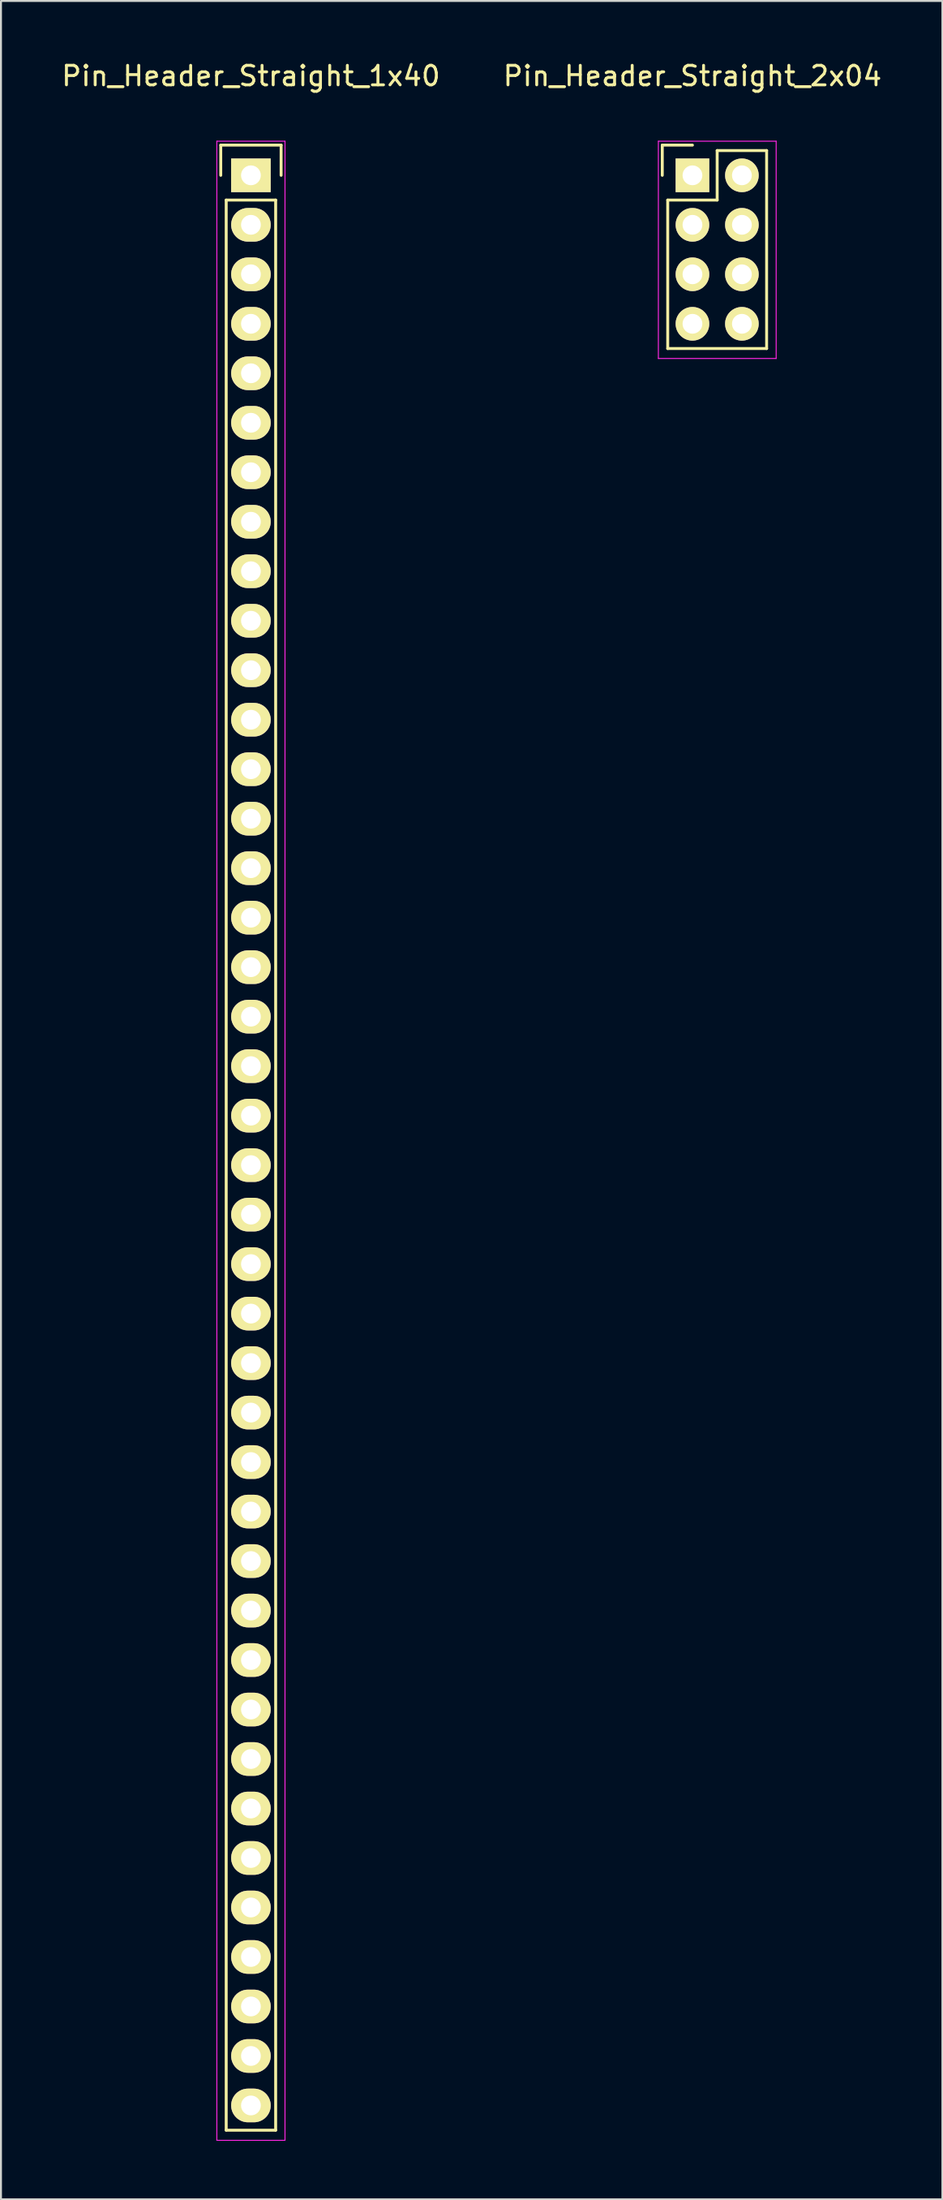
<source format=kicad_pcb>
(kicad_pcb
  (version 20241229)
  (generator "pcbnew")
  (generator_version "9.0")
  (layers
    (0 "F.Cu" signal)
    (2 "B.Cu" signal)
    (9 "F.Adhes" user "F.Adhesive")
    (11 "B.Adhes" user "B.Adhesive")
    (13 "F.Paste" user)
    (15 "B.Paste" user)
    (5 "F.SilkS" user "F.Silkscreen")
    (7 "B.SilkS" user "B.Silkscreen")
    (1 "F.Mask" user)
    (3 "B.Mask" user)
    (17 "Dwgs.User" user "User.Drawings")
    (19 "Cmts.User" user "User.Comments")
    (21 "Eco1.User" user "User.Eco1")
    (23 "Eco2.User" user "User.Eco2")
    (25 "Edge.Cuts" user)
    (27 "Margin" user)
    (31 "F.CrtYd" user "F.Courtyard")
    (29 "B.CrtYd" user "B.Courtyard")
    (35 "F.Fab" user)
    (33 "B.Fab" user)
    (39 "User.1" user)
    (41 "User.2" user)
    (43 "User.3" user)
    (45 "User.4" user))
  (footprint "Pin_Header_Straight_2x04"
    (layer "F.Cu")
    (at 32.518 5.948)
    (property "Reference" "Pin_Header_Straight_2x04" (at 0 -5.1 0) (layer "F.SilkS") (effects (font (size 1 1) (thickness 0.15))))
    (attr through_hole)
    (fp_line (start -1.55 -1.55) (end -1.55 0) (stroke (width 0.15) (type solid)) (layer "F.SilkS"))
    (fp_line (start -1.27 1.27) (end -1.27 8.89) (stroke (width 0.15) (type solid)) (layer "F.SilkS"))
    (fp_line (start -1.27 8.89) (end 3.81 8.89) (stroke (width 0.15) (type solid)) (layer "F.SilkS"))
    (fp_line (start 0 -1.55) (end -1.55 -1.55) (stroke (width 0.15) (type solid)) (layer "F.SilkS"))
    (fp_line (start 1.27 -1.27) (end 1.27 1.27) (stroke (width 0.15) (type solid)) (layer "F.SilkS"))
    (fp_line (start 1.27 1.27) (end -1.27 1.27) (stroke (width 0.15) (type solid)) (layer "F.SilkS"))
    (fp_line (start 3.81 -1.27) (end 1.27 -1.27) (stroke (width 0.15) (type solid)) (layer "F.SilkS"))
    (fp_line (start 3.81 8.89) (end 3.81 -1.27) (stroke (width 0.15) (type solid)) (layer "F.SilkS"))
    (fp_line (start -1.75 -1.75) (end -1.75 9.4) (stroke (width 0.05) (type solid)) (layer "F.CrtYd"))
    (fp_line (start -1.75 -1.75) (end 4.3 -1.75) (stroke (width 0.05) (type solid)) (layer "F.CrtYd"))
    (fp_line (start -1.75 9.4) (end 4.3 9.4) (stroke (width 0.05) (type solid)) (layer "F.CrtYd"))
    (fp_line (start 4.3 -1.75) (end 4.3 9.4) (stroke (width 0.05) (type solid)) (layer "F.CrtYd"))
    (pad "1" thru_hole rect (at 0 0) (size 1.727 1.727) (drill 1.016) (layers "*.Cu" "*.Mask" "F.SilkS"))
    (pad "2" thru_hole oval (at 2.54 0) (size 1.727 1.727) (drill 1.016) (layers "*.Cu" "*.Mask" "F.SilkS"))
    (pad "3" thru_hole oval (at 0 2.54) (size 1.727 1.727) (drill 1.016) (layers "*.Cu" "*.Mask" "F.SilkS"))
    (pad "4" thru_hole oval (at 2.54 2.54) (size 1.727 1.727) (drill 1.016) (layers "*.Cu" "*.Mask" "F.SilkS"))
    (pad "5" thru_hole oval (at 0 5.08) (size 1.727 1.727) (drill 1.016) (layers "*.Cu" "*.Mask" "F.SilkS"))
    (pad "6" thru_hole oval (at 2.54 5.08) (size 1.727 1.727) (drill 1.016) (layers "*.Cu" "*.Mask" "F.SilkS"))
    (pad "7" thru_hole oval (at 0 7.62) (size 1.727 1.727) (drill 1.016) (layers "*.Cu" "*.Mask" "F.SilkS"))
    (pad "8" thru_hole oval (at 2.54 7.62) (size 1.727 1.727) (drill 1.016) (layers "*.Cu" "*.Mask" "F.SilkS")))
  (footprint "Pin_Header_Straight_1x40"
    (layer "F.Cu")
    (at 9.839 5.948)
    (property "Reference" "Pin_Header_Straight_1x40" (at 0 -5.1 0) (layer "F.SilkS") (effects (font (size 1 1) (thickness 0.15))))
    (attr through_hole)
    (fp_line (start -1.55 -1.55) (end 1.55 -1.55) (stroke (width 0.15) (type solid)) (layer "F.SilkS"))
    (fp_line (start -1.55 0) (end -1.55 -1.55) (stroke (width 0.15) (type solid)) (layer "F.SilkS"))
    (fp_line (start -1.27 1.27) (end -1.27 100.33) (stroke (width 0.15) (type solid)) (layer "F.SilkS"))
    (fp_line (start -1.27 100.33) (end 1.27 100.33) (stroke (width 0.15) (type solid)) (layer "F.SilkS"))
    (fp_line (start 1.27 1.27) (end -1.27 1.27) (stroke (width 0.15) (type solid)) (layer "F.SilkS"))
    (fp_line (start 1.27 100.33) (end 1.27 1.27) (stroke (width 0.15) (type solid)) (layer "F.SilkS"))
    (fp_line (start 1.55 -1.55) (end 1.55 0) (stroke (width 0.15) (type solid)) (layer "F.SilkS"))
    (fp_line (start -1.75 -1.75) (end -1.75 100.85) (stroke (width 0.05) (type solid)) (layer "F.CrtYd"))
    (fp_line (start -1.75 -1.75) (end 1.75 -1.75) (stroke (width 0.05) (type solid)) (layer "F.CrtYd"))
    (fp_line (start -1.75 100.85) (end 1.75 100.85) (stroke (width 0.05) (type solid)) (layer "F.CrtYd"))
    (fp_line (start 1.75 -1.75) (end 1.75 100.85) (stroke (width 0.05) (type solid)) (layer "F.CrtYd"))
    (pad "1" thru_hole rect (at 0 0) (size 2.032 1.727) (drill 1.016) (layers "*.Cu" "*.Mask" "F.SilkS"))
    (pad "2" thru_hole oval (at 0 2.54) (size 2.032 1.727) (drill 1.016) (layers "*.Cu" "*.Mask" "F.SilkS"))
    (pad "3" thru_hole oval (at 0 5.08) (size 2.032 1.727) (drill 1.016) (layers "*.Cu" "*.Mask" "F.SilkS"))
    (pad "4" thru_hole oval (at 0 7.62) (size 2.032 1.727) (drill 1.016) (layers "*.Cu" "*.Mask" "F.SilkS"))
    (pad "5" thru_hole oval (at 0 10.16) (size 2.032 1.727) (drill 1.016) (layers "*.Cu" "*.Mask" "F.SilkS"))
    (pad "6" thru_hole oval (at 0 12.7) (size 2.032 1.727) (drill 1.016) (layers "*.Cu" "*.Mask" "F.SilkS"))
    (pad "7" thru_hole oval (at 0 15.24) (size 2.032 1.727) (drill 1.016) (layers "*.Cu" "*.Mask" "F.SilkS"))
    (pad "8" thru_hole oval (at 0 17.78) (size 2.032 1.727) (drill 1.016) (layers "*.Cu" "*.Mask" "F.SilkS"))
    (pad "9" thru_hole oval (at 0 20.32) (size 2.032 1.727) (drill 1.016) (layers "*.Cu" "*.Mask" "F.SilkS"))
    (pad "10" thru_hole oval (at 0 22.86) (size 2.032 1.727) (drill 1.016) (layers "*.Cu" "*.Mask" "F.SilkS"))
    (pad "11" thru_hole oval (at 0 25.4) (size 2.032 1.727) (drill 1.016) (layers "*.Cu" "*.Mask" "F.SilkS"))
    (pad "12" thru_hole oval (at 0 27.94) (size 2.032 1.727) (drill 1.016) (layers "*.Cu" "*.Mask" "F.SilkS"))
    (pad "13" thru_hole oval (at 0 30.48) (size 2.032 1.727) (drill 1.016) (layers "*.Cu" "*.Mask" "F.SilkS"))
    (pad "14" thru_hole oval (at 0 33.02) (size 2.032 1.727) (drill 1.016) (layers "*.Cu" "*.Mask" "F.SilkS"))
    (pad "15" thru_hole oval (at 0 35.56) (size 2.032 1.727) (drill 1.016) (layers "*.Cu" "*.Mask" "F.SilkS"))
    (pad "16" thru_hole oval (at 0 38.1) (size 2.032 1.727) (drill 1.016) (layers "*.Cu" "*.Mask" "F.SilkS"))
    (pad "17" thru_hole oval (at 0 40.64) (size 2.032 1.727) (drill 1.016) (layers "*.Cu" "*.Mask" "F.SilkS"))
    (pad "18" thru_hole oval (at 0 43.18) (size 2.032 1.727) (drill 1.016) (layers "*.Cu" "*.Mask" "F.SilkS"))
    (pad "19" thru_hole oval (at 0 45.72) (size 2.032 1.727) (drill 1.016) (layers "*.Cu" "*.Mask" "F.SilkS"))
    (pad "20" thru_hole oval (at 0 48.26) (size 2.032 1.727) (drill 1.016) (layers "*.Cu" "*.Mask" "F.SilkS"))
    (pad "21" thru_hole oval (at 0 50.8) (size 2.032 1.727) (drill 1.016) (layers "*.Cu" "*.Mask" "F.SilkS"))
    (pad "22" thru_hole oval (at 0 53.34) (size 2.032 1.727) (drill 1.016) (layers "*.Cu" "*.Mask" "F.SilkS"))
    (pad "23" thru_hole oval (at 0 55.88) (size 2.032 1.727) (drill 1.016) (layers "*.Cu" "*.Mask" "F.SilkS"))
    (pad "24" thru_hole oval (at 0 58.42) (size 2.032 1.727) (drill 1.016) (layers "*.Cu" "*.Mask" "F.SilkS"))
    (pad "25" thru_hole oval (at 0 60.96) (size 2.032 1.727) (drill 1.016) (layers "*.Cu" "*.Mask" "F.SilkS"))
    (pad "26" thru_hole oval (at 0 63.5) (size 2.032 1.727) (drill 1.016) (layers "*.Cu" "*.Mask" "F.SilkS"))
    (pad "27" thru_hole oval (at 0 66.04) (size 2.032 1.727) (drill 1.016) (layers "*.Cu" "*.Mask" "F.SilkS"))
    (pad "28" thru_hole oval (at 0 68.58) (size 2.032 1.727) (drill 1.016) (layers "*.Cu" "*.Mask" "F.SilkS"))
    (pad "29" thru_hole oval (at 0 71.12) (size 2.032 1.727) (drill 1.016) (layers "*.Cu" "*.Mask" "F.SilkS"))
    (pad "30" thru_hole oval (at 0 73.66) (size 2.032 1.727) (drill 1.016) (layers "*.Cu" "*.Mask" "F.SilkS"))
    (pad "31" thru_hole oval (at 0 76.2) (size 2.032 1.727) (drill 1.016) (layers "*.Cu" "*.Mask" "F.SilkS"))
    (pad "32" thru_hole oval (at 0 78.74) (size 2.032 1.727) (drill 1.016) (layers "*.Cu" "*.Mask" "F.SilkS"))
    (pad "33" thru_hole oval (at 0 81.28) (size 2.032 1.727) (drill 1.016) (layers "*.Cu" "*.Mask" "F.SilkS"))
    (pad "34" thru_hole oval (at 0 83.82) (size 2.032 1.727) (drill 1.016) (layers "*.Cu" "*.Mask" "F.SilkS"))
    (pad "35" thru_hole oval (at 0 86.36) (size 2.032 1.727) (drill 1.016) (layers "*.Cu" "*.Mask" "F.SilkS"))
    (pad "36" thru_hole oval (at 0 88.9) (size 2.032 1.727) (drill 1.016) (layers "*.Cu" "*.Mask" "F.SilkS"))
    (pad "37" thru_hole oval (at 0 91.44) (size 2.032 1.727) (drill 1.016) (layers "*.Cu" "*.Mask" "F.SilkS"))
    (pad "38" thru_hole oval (at 0 93.98) (size 2.032 1.727) (drill 1.016) (layers "*.Cu" "*.Mask" "F.SilkS"))
    (pad "39" thru_hole oval (at 0 96.52) (size 2.032 1.727) (drill 1.016) (layers "*.Cu" "*.Mask" "F.SilkS"))
    (pad "40" thru_hole oval (at 0 99.06) (size 2.032 1.727) (drill 1.016) (layers "*.Cu" "*.Mask" "F.SilkS")))
  (gr_rect
    (start -3 -3)
    (end 45.357 109.823)
    (stroke (width 0.1) (type default))
    (fill no)
    (layer "Edge.Cuts")))
</source>
